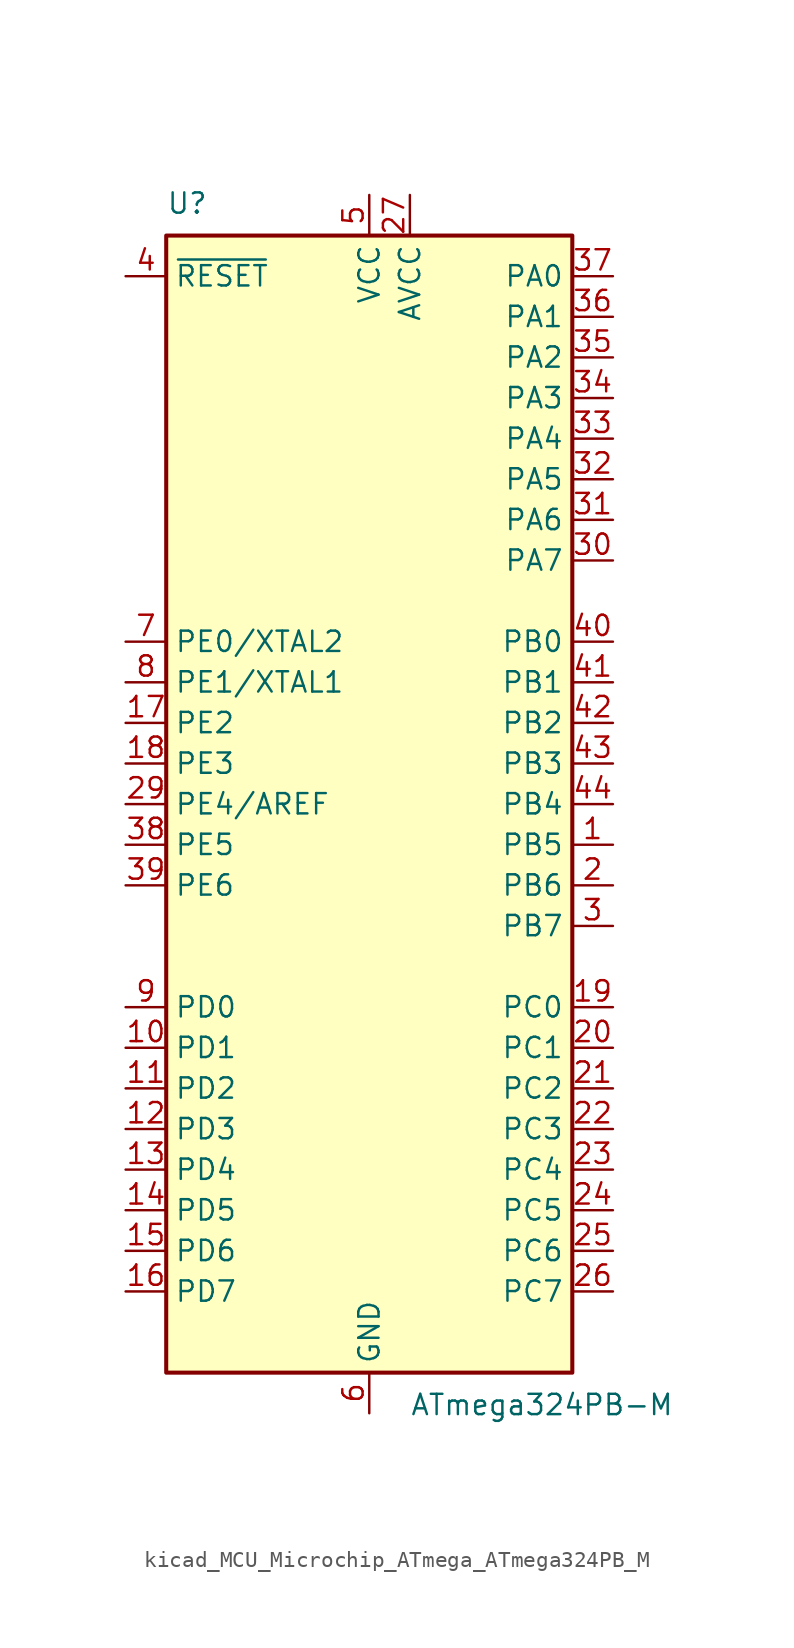
<source format=kicad_sym>
(kicad_symbol_lib
  (version 20220914)
  (generator kicad_symbol_editor)
  (symbol "kicad_MCU_Microchip_ATmega_ATmega324PB_M"
    (property "Reference" "U"
      (at -12.7 36.83 0)
      (effects (font (size 1.27 1.27)) (justify left bottom)))
    (property "Value" "ATmega324PB-M"
      (at 2.54 -36.83 0)
      (effects (font (size 1.27 1.27)) (justify left top)))
    (symbol "kicad_MCU_Microchip_ATmega_ATmega324PB_M_0_1"
      (rectangle (start -12.7 -35.56) (end 12.7 35.56) (stroke (width 0.254) (type default)) (fill (type background))))
    (symbol "kicad_MCU_Microchip_ATmega_ATmega324PB_M_1_1"
      (pin bidirectional line (at 15.24 -2.54 180) (length 2.54) (name "PB5" (effects (font (size 1.27 1.27)))) (number "1" (effects (font (size 1.27 1.27)))))
      (pin bidirectional line (at -15.24 -15.24 0) (length 2.54) (name "PD1" (effects (font (size 1.27 1.27)))) (number "10" (effects (font (size 1.27 1.27)))))
      (pin bidirectional line (at -15.24 -17.78 0) (length 2.54) (name "PD2" (effects (font (size 1.27 1.27)))) (number "11" (effects (font (size 1.27 1.27)))))
      (pin bidirectional line (at -15.24 -20.32 0) (length 2.54) (name "PD3" (effects (font (size 1.27 1.27)))) (number "12" (effects (font (size 1.27 1.27)))))
      (pin bidirectional line (at -15.24 -22.86 0) (length 2.54) (name "PD4" (effects (font (size 1.27 1.27)))) (number "13" (effects (font (size 1.27 1.27)))))
      (pin bidirectional line (at -15.24 -25.4 0) (length 2.54) (name "PD5" (effects (font (size 1.27 1.27)))) (number "14" (effects (font (size 1.27 1.27)))))
      (pin bidirectional line (at -15.24 -27.94 0) (length 2.54) (name "PD6" (effects (font (size 1.27 1.27)))) (number "15" (effects (font (size 1.27 1.27)))))
      (pin bidirectional line (at -15.24 -30.48 0) (length 2.54) (name "PD7" (effects (font (size 1.27 1.27)))) (number "16" (effects (font (size 1.27 1.27)))))
      (pin bidirectional line (at -15.24 5.08 0) (length 2.54) (name "PE2" (effects (font (size 1.27 1.27)))) (number "17" (effects (font (size 1.27 1.27)))))
      (pin bidirectional line (at -15.24 2.54 0) (length 2.54) (name "PE3" (effects (font (size 1.27 1.27)))) (number "18" (effects (font (size 1.27 1.27)))))
      (pin bidirectional line (at 15.24 -12.7 180) (length 2.54) (name "PC0" (effects (font (size 1.27 1.27)))) (number "19" (effects (font (size 1.27 1.27)))))
      (pin bidirectional line (at 15.24 -5.08 180) (length 2.54) (name "PB6" (effects (font (size 1.27 1.27)))) (number "2" (effects (font (size 1.27 1.27)))))
      (pin bidirectional line (at 15.24 -15.24 180) (length 2.54) (name "PC1" (effects (font (size 1.27 1.27)))) (number "20" (effects (font (size 1.27 1.27)))))
      (pin bidirectional line (at 15.24 -17.78 180) (length 2.54) (name "PC2" (effects (font (size 1.27 1.27)))) (number "21" (effects (font (size 1.27 1.27)))))
      (pin bidirectional line (at 15.24 -20.32 180) (length 2.54) (name "PC3" (effects (font (size 1.27 1.27)))) (number "22" (effects (font (size 1.27 1.27)))))
      (pin bidirectional line (at 15.24 -22.86 180) (length 2.54) (name "PC4" (effects (font (size 1.27 1.27)))) (number "23" (effects (font (size 1.27 1.27)))))
      (pin bidirectional line (at 15.24 -25.4 180) (length 2.54) (name "PC5" (effects (font (size 1.27 1.27)))) (number "24" (effects (font (size 1.27 1.27)))))
      (pin bidirectional line (at 15.24 -27.94 180) (length 2.54) (name "PC6" (effects (font (size 1.27 1.27)))) (number "25" (effects (font (size 1.27 1.27)))))
      (pin bidirectional line (at 15.24 -30.48 180) (length 2.54) (name "PC7" (effects (font (size 1.27 1.27)))) (number "26" (effects (font (size 1.27 1.27)))))
      (pin power_in line (at 2.54 38.1 270) (length 2.54) (name "AVCC" (effects (font (size 1.27 1.27)))) (number "27" (effects (font (size 1.27 1.27)))))
      (pin passive line (at 0 -38.1 90) (length 2.54) hide (name "GND" (effects (font (size 1.27 1.27)))) (number "28" (effects (font (size 1.27 1.27)))))
      (pin bidirectional line (at -15.24 0 0) (length 2.54) (name "PE4/AREF" (effects (font (size 1.27 1.27)))) (number "29" (effects (font (size 1.27 1.27)))))
      (pin bidirectional line (at 15.24 -7.62 180) (length 2.54) (name "PB7" (effects (font (size 1.27 1.27)))) (number "3" (effects (font (size 1.27 1.27)))))
      (pin bidirectional line (at 15.24 15.24 180) (length 2.54) (name "PA7" (effects (font (size 1.27 1.27)))) (number "30" (effects (font (size 1.27 1.27)))))
      (pin bidirectional line (at 15.24 17.78 180) (length 2.54) (name "PA6" (effects (font (size 1.27 1.27)))) (number "31" (effects (font (size 1.27 1.27)))))
      (pin bidirectional line (at 15.24 20.32 180) (length 2.54) (name "PA5" (effects (font (size 1.27 1.27)))) (number "32" (effects (font (size 1.27 1.27)))))
      (pin bidirectional line (at 15.24 22.86 180) (length 2.54) (name "PA4" (effects (font (size 1.27 1.27)))) (number "33" (effects (font (size 1.27 1.27)))))
      (pin bidirectional line (at 15.24 25.4 180) (length 2.54) (name "PA3" (effects (font (size 1.27 1.27)))) (number "34" (effects (font (size 1.27 1.27)))))
      (pin bidirectional line (at 15.24 27.94 180) (length 2.54) (name "PA2" (effects (font (size 1.27 1.27)))) (number "35" (effects (font (size 1.27 1.27)))))
      (pin bidirectional line (at 15.24 30.48 180) (length 2.54) (name "PA1" (effects (font (size 1.27 1.27)))) (number "36" (effects (font (size 1.27 1.27)))))
      (pin bidirectional line (at 15.24 33.02 180) (length 2.54) (name "PA0" (effects (font (size 1.27 1.27)))) (number "37" (effects (font (size 1.27 1.27)))))
      (pin bidirectional line (at -15.24 -2.54 0) (length 2.54) (name "PE5" (effects (font (size 1.27 1.27)))) (number "38" (effects (font (size 1.27 1.27)))))
      (pin bidirectional line (at -15.24 -5.08 0) (length 2.54) (name "PE6" (effects (font (size 1.27 1.27)))) (number "39" (effects (font (size 1.27 1.27)))))
      (pin input line (at -15.24 33.02 0) (length 2.54) (name "~{RESET}" (effects (font (size 1.27 1.27)))) (number "4" (effects (font (size 1.27 1.27)))))
      (pin bidirectional line (at 15.24 10.16 180) (length 2.54) (name "PB0" (effects (font (size 1.27 1.27)))) (number "40" (effects (font (size 1.27 1.27)))))
      (pin bidirectional line (at 15.24 7.62 180) (length 2.54) (name "PB1" (effects (font (size 1.27 1.27)))) (number "41" (effects (font (size 1.27 1.27)))))
      (pin bidirectional line (at 15.24 5.08 180) (length 2.54) (name "PB2" (effects (font (size 1.27 1.27)))) (number "42" (effects (font (size 1.27 1.27)))))
      (pin bidirectional line (at 15.24 2.54 180) (length 2.54) (name "PB3" (effects (font (size 1.27 1.27)))) (number "43" (effects (font (size 1.27 1.27)))))
      (pin bidirectional line (at 15.24 0 180) (length 2.54) (name "PB4" (effects (font (size 1.27 1.27)))) (number "44" (effects (font (size 1.27 1.27)))))
      (pin passive line (at 0 -38.1 90) (length 2.54) hide (name "GND" (effects (font (size 1.27 1.27)))) (number "45" (effects (font (size 1.27 1.27)))))
      (pin power_in line (at 0 38.1 270) (length 2.54) (name "VCC" (effects (font (size 1.27 1.27)))) (number "5" (effects (font (size 1.27 1.27)))))
      (pin power_in line (at 0 -38.1 90) (length 2.54) (name "GND" (effects (font (size 1.27 1.27)))) (number "6" (effects (font (size 1.27 1.27)))))
      (pin bidirectional line (at -15.24 10.16 0) (length 2.54) (name "PE0/XTAL2" (effects (font (size 1.27 1.27)))) (number "7" (effects (font (size 1.27 1.27)))))
      (pin bidirectional line (at -15.24 7.62 0) (length 2.54) (name "PE1/XTAL1" (effects (font (size 1.27 1.27)))) (number "8" (effects (font (size 1.27 1.27)))))
      (pin bidirectional line (at -15.24 -12.7 0) (length 2.54) (name "PD0" (effects (font (size 1.27 1.27)))) (number "9" (effects (font (size 1.27 1.27))))))))
</source>
